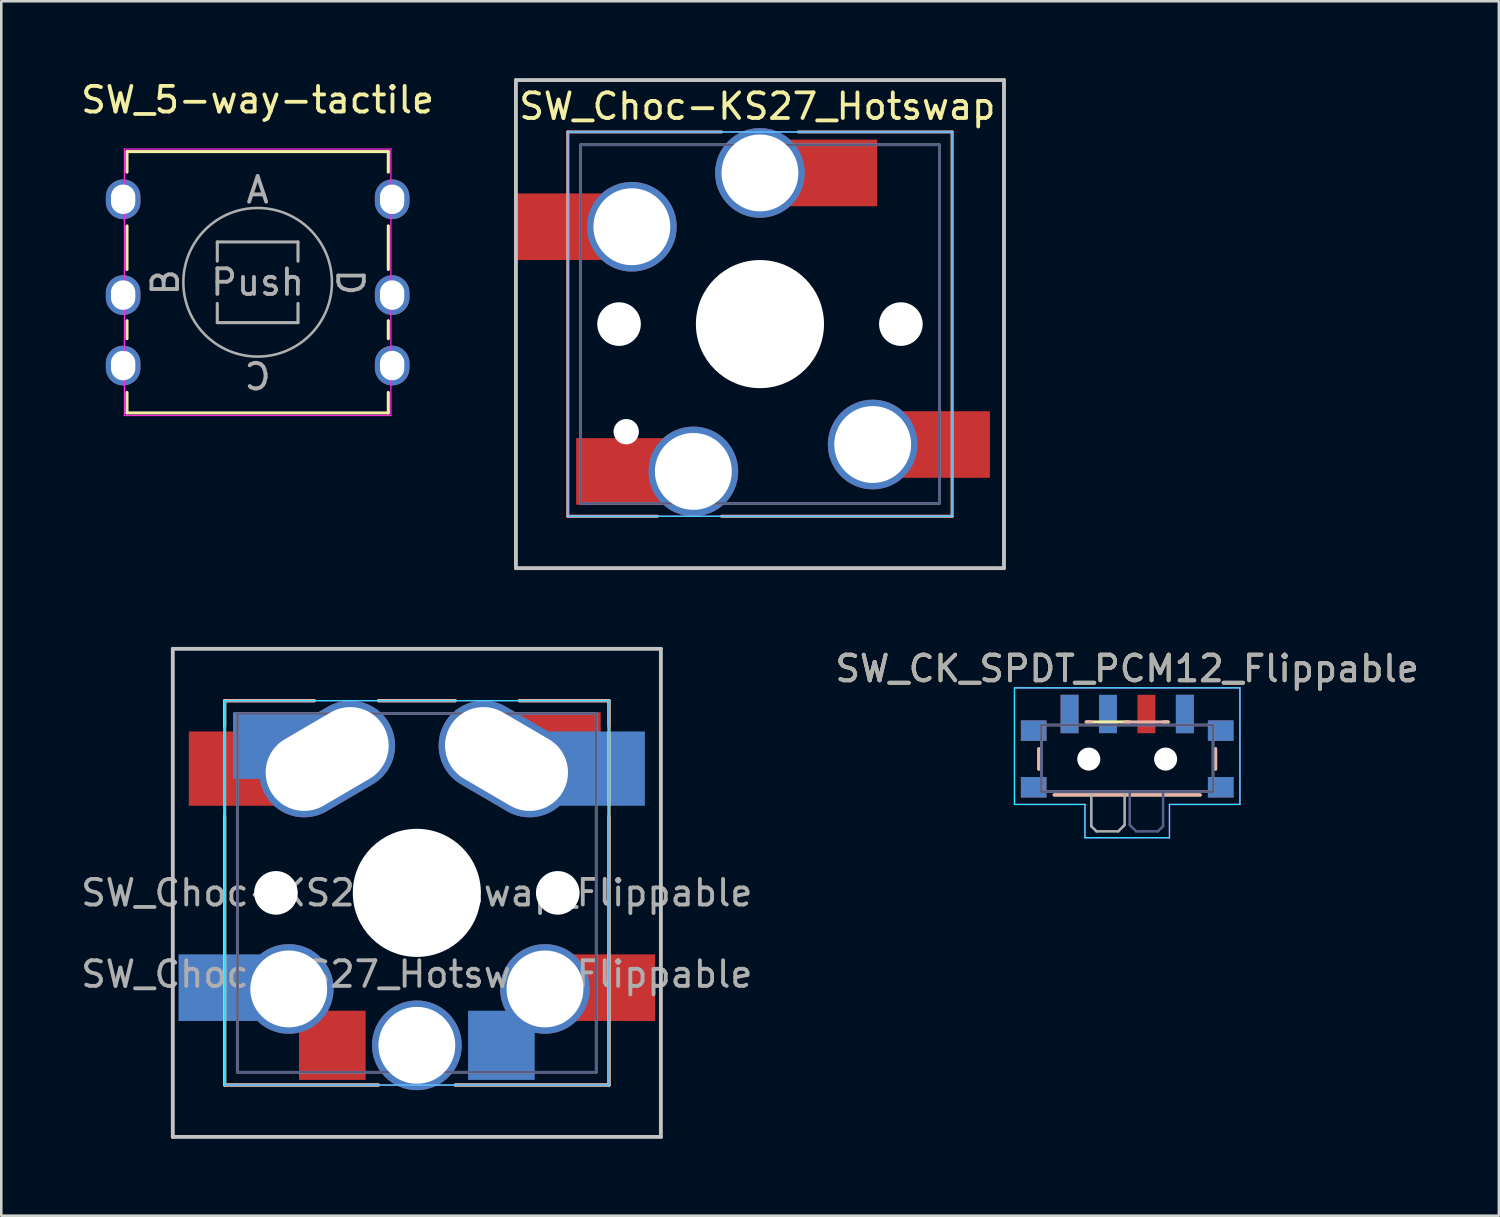
<source format=kicad_pcb>
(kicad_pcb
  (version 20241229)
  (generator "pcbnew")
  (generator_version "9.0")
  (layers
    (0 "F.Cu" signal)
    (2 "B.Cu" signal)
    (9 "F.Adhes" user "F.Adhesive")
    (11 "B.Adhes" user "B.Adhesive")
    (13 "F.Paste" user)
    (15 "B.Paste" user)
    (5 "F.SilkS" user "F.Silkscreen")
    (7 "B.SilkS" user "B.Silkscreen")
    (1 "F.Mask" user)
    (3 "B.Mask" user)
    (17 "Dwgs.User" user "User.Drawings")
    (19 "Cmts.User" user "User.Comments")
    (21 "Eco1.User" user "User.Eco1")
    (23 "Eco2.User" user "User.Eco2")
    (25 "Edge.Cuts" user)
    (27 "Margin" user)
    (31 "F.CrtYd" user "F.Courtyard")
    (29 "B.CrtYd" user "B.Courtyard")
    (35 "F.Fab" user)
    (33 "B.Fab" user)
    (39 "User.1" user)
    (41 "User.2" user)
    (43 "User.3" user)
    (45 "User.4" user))
  (footprint "SW_5-way-tactile"
    (layer "F.Cu")
    (at 7.006 7.968)
    (property "Reference" "SW_5-way-tactile" (at 0 -7.12 0) (layer "F.SilkS") (effects (font (size 1 1) (thickness 0.15))))
    (attr through_hole)
    (fp_line (start -5.1 -5.1) (end 5.1 -5.1) (stroke (width 0.12) (type solid)) (layer "F.SilkS"))
    (fp_line (start -5.1 -4.3) (end -5.1 -5.1) (stroke (width 0.12) (type solid)) (layer "F.SilkS"))
    (fp_line (start -5.1 -2.2) (end -5.1 -0.5) (stroke (width 0.12) (type solid)) (layer "F.SilkS"))
    (fp_line (start -5.1 1.5) (end -5.1 2.2) (stroke (width 0.12) (type solid)) (layer "F.SilkS"))
    (fp_line (start -5.1 4.3) (end -5.1 5.1) (stroke (width 0.12) (type solid)) (layer "F.SilkS"))
    (fp_line (start 5.1 -4.3) (end 5.1 -5.1) (stroke (width 0.12) (type solid)) (layer "F.SilkS"))
    (fp_line (start 5.1 -2.2) (end 5.1 -0.5) (stroke (width 0.12) (type solid)) (layer "F.SilkS"))
    (fp_line (start 5.1 1.5) (end 5.1 2.2) (stroke (width 0.12) (type solid)) (layer "F.SilkS"))
    (fp_line (start 5.1 4.3) (end 5.1 5.1) (stroke (width 0.12) (type solid)) (layer "F.SilkS"))
    (fp_line (start 5.1 5.1) (end -5.1 5.1) (stroke (width 0.12) (type solid)) (layer "F.SilkS"))
    (fp_line (start -5.2 -5.2) (end -5.2 5.2) (stroke (width 0.05) (type default)) (layer "F.CrtYd"))
    (fp_line (start -5.2 5.2) (end 5.2 5.2) (stroke (width 0.05) (type default)) (layer "F.CrtYd"))
    (fp_line (start 5.2 -5.2) (end -5.2 -5.2) (stroke (width 0.05) (type default)) (layer "F.CrtYd"))
    (fp_line (start 5.2 5.2) (end 5.2 -5.2) (stroke (width 0.05) (type default)) (layer "F.CrtYd"))
    (fp_line (start -1.575 -1.575) (end -1.575 -0.825) (stroke (width 0.12) (type solid)) (layer "F.Fab"))
    (fp_line (start -1.575 -1.575) (end 1.575 -1.575) (stroke (width 0.12) (type solid)) (layer "F.Fab"))
    (fp_line (start -1.575 0.825) (end -1.575 1.575) (stroke (width 0.12) (type solid)) (layer "F.Fab"))
    (fp_line (start 1.575 -1.575) (end 1.575 -0.825) (stroke (width 0.12) (type solid)) (layer "F.Fab"))
    (fp_line (start 1.575 0.825) (end 1.575 1.575) (stroke (width 0.12) (type solid)) (layer "F.Fab"))
    (fp_line (start 1.575 1.575) (end -1.575 1.575) (stroke (width 0.12) (type solid)) (layer "F.Fab"))
    (fp_circle (center 0 0) (end 2.9 0) (stroke (width 0.1) (type solid)) (fill no) (layer "F.Fab"))
    (fp_text user "Push" (at 0 0 180) (layer "F.Fab") (effects (font (size 1 1) (thickness 0.15))))
    (fp_text user "B" (at -3.6 0 90) (unlocked yes) (layer "F.Fab") (effects (font (size 1 1) (thickness 0.15))))
    (fp_text user "C" (at 0 3.6 180) (unlocked yes) (layer "F.Fab") (effects (font (size 1 1) (thickness 0.15))))
    (fp_text user "A" (at 0 -3.6 0) (unlocked yes) (layer "F.Fab") (effects (font (size 1 1) (thickness 0.15))))
    (fp_text user "D" (at 3.6 0 270) (unlocked yes) (layer "F.Fab") (effects (font (size 1 1) (thickness 0.15))))
    (pad "1" thru_hole oval (at -5.25 -3.24 180) (size 1.35 1.55) (drill oval 0.95 1.15) (layers "*.Cu" "*.Mask"))
    (pad "2" thru_hole oval (at -5.25 0.5 180) (size 1.35 1.55) (drill oval 0.95 1.15) (layers "*.Cu" "*.Mask"))
    (pad "3" thru_hole oval (at -5.25 3.25 180) (size 1.35 1.55) (drill oval 0.95 1.15) (layers "*.Cu" "*.Mask"))
    (pad "4" thru_hole oval (at 5.25 3.25 180) (size 1.35 1.55) (drill oval 0.95 1.15) (layers "*.Cu" "*.Mask"))
    (pad "5" thru_hole oval (at 5.25 0.5 180) (size 1.35 1.55) (drill oval 0.95 1.15) (layers "*.Cu" "*.Mask"))
    (pad "6" thru_hole oval (at 5.25 -3.24 180) (size 1.35 1.55) (drill oval 0.95 1.15) (layers "*.Cu" "*.Mask")))
  (footprint "SW_Choc-KS27_Hotswap_Flippable"
    (layer "F.Cu")
    (at 13.22 31.8)
    (property "Reference" "SW_Choc-KS27_Hotswap_Flippable" (at 0 3.175 0) (layer "F.Fab") (effects (font (size 1 1) (thickness 0.15))))
    (attr smd)
    (fp_line (start -7.5 -7.5) (end -7.5 -6.5) (stroke (width 0.12) (type solid)) (layer "F.SilkS"))
    (fp_line (start -7.5 -3) (end -7.5 7.5) (stroke (width 0.12) (type solid)) (layer "F.SilkS"))
    (fp_line (start -7.5 7.5) (end -1.5 7.5) (stroke (width 0.12) (type default)) (layer "F.SilkS"))
    (fp_line (start -4 -7.5) (end -7.5 -7.5) (stroke (width 0.12) (type solid)) (layer "F.SilkS"))
    (fp_line (start 1.5 -7.5) (end -1.5 -7.5) (stroke (width 0.12) (type solid)) (layer "F.SilkS"))
    (fp_line (start 1.5 7.5) (end 7.5 7.5) (stroke (width 0.12) (type default)) (layer "F.SilkS"))
    (fp_line (start 7.5 -7.5) (end 4 -7.5) (stroke (width 0.12) (type solid)) (layer "F.SilkS"))
    (fp_line (start 7.5 7.5) (end 7.5 -7.5) (stroke (width 0.12) (type default)) (layer "F.SilkS"))
    (fp_line (start -7.5 -7.5) (end -4 -7.5) (stroke (width 0.12) (type solid)) (layer "B.SilkS"))
    (fp_line (start -7.5 7.5) (end -7.5 -7.5) (stroke (width 0.12) (type default)) (layer "B.SilkS"))
    (fp_line (start -1.5 -7.5) (end 1.5 -7.5) (stroke (width 0.12) (type solid)) (layer "B.SilkS"))
    (fp_line (start -1.5 7.5) (end -7.5 7.5) (stroke (width 0.12) (type default)) (layer "B.SilkS"))
    (fp_line (start 4 -7.5) (end 7.5 -7.5) (stroke (width 0.12) (type solid)) (layer "B.SilkS"))
    (fp_line (start 7.5 -7.5) (end 7.5 -6.5) (stroke (width 0.12) (type solid)) (layer "B.SilkS"))
    (fp_line (start 7.5 -3) (end 7.5 7.5) (stroke (width 0.12) (type solid)) (layer "B.SilkS"))
    (fp_line (start 7.5 7.5) (end 1.5 7.5) (stroke (width 0.12) (type default)) (layer "B.SilkS"))
    (fp_line (start -9.525 -9.525) (end -9.525 9.525) (stroke (width 0.15) (type solid)) (layer "Dwgs.User"))
    (fp_line (start -9.525 9.525) (end 9.525 9.525) (stroke (width 0.15) (type solid)) (layer "Dwgs.User"))
    (fp_line (start 9.525 -9.525) (end -9.525 -9.525) (stroke (width 0.15) (type solid)) (layer "Dwgs.User"))
    (fp_line (start 9.525 9.525) (end 9.525 -9.525) (stroke (width 0.15) (type solid)) (layer "Dwgs.User"))
    (fp_line (start -7.5 -7.5) (end -7.5 7.5) (stroke (width 0.05) (type default)) (layer "B.CrtYd"))
    (fp_line (start -7.5 7.5) (end 7.5 7.5) (stroke (width 0.05) (type default)) (layer "B.CrtYd"))
    (fp_line (start 7.5 -7.5) (end -7.5 -7.5) (stroke (width 0.05) (type default)) (layer "B.CrtYd"))
    (fp_line (start 7.5 7.5) (end 7.5 -7.5) (stroke (width 0.05) (type default)) (layer "B.CrtYd"))
    (fp_line (start -7.5 -7.5) (end 7.5 -7.5) (stroke (width 0.05) (type default)) (layer "F.CrtYd"))
    (fp_line (start -7.5 7.5) (end -7.5 -7.5) (stroke (width 0.05) (type default)) (layer "F.CrtYd"))
    (fp_line (start 7.5 -7.5) (end 7.5 7.5) (stroke (width 0.05) (type default)) (layer "F.CrtYd"))
    (fp_line (start 7.5 7.5) (end -7.5 7.5) (stroke (width 0.05) (type default)) (layer "F.CrtYd"))
    (fp_line (start -7 -7) (end 7 -7) (stroke (width 0.1) (type solid)) (layer "B.Fab"))
    (fp_line (start -7 7) (end -7 -7) (stroke (width 0.1) (type solid)) (layer "B.Fab"))
    (fp_line (start 7 -7) (end 7 7) (stroke (width 0.1) (type solid)) (layer "B.Fab"))
    (fp_line (start 7 7) (end -7 7) (stroke (width 0.1) (type solid)) (layer "B.Fab"))
    (fp_line (start -7 -7) (end -7 7) (stroke (width 0.1) (type solid)) (layer "F.Fab"))
    (fp_line (start -7 7) (end 7 7) (stroke (width 0.1) (type solid)) (layer "F.Fab"))
    (fp_line (start 7 -7) (end -7 -7) (stroke (width 0.1) (type solid)) (layer "F.Fab"))
    (fp_line (start 7 7) (end 7 -7) (stroke (width 0.1) (type solid)) (layer "F.Fab"))
    (fp_text user "${REFERENCE}" (at 0 0 0) (layer "F.Fab") (effects (font (size 1 1) (thickness 0.15))))
    (pad "" np_thru_hole circle (at -5.5 0) (size 1.702 1.702) (drill 1.702) (layers "*.Cu" "*.Mask"))
    (pad "" np_thru_hole circle (at 0 0) (size 5 5) (drill 5) (layers "*.Cu" "*.Mask"))
    (pad "" thru_hole circle (at 0 5.95) (size 3.5 3.5) (drill 3) (layers "*.Cu" "*.Mask"))
    (pad "" np_thru_hole circle (at 5.5 0) (size 1.702 1.702) (drill 1.702) (layers "*.Cu" "*.Mask"))
    (pad "1" smd rect (at 3.3 5.95) (size 2.6 2.7) (layers "B.Cu" "B.Mask"))
    (pad "1" thru_hole oval (at 3.5 -5.225 329.7) (size 5.584 3.5) (drill oval 5.084 3) (layers "*.Cu" "*.Mask"))
    (pad "1" thru_hole circle (at 5 3.75) (size 3.5 3.5) (drill 3) (layers "*.Cu" "*.Mask"))
    (pad "1" smd rect (at 5.487 -5.75 180) (size 3.375 2.6) (layers "F.Cu" "F.Mask"))
    (pad "1" smd rect (at 7.05 -4.85 180) (size 3.7 2.9) (layers "B.Cu" "B.Mask"))
    (pad "1" smd rect (at 7.7 3.7) (size 3.2 2.6) (layers "F.Cu" "F.Mask"))
    (pad "2" smd rect (at -7.7 3.7) (size 3.2 2.6) (layers "B.Cu" "B.Mask"))
    (pad "2" smd rect (at -7.05 -4.85 180) (size 3.7 2.9) (layers "F.Cu" "F.Mask"))
    (pad "2" smd rect (at -5.487 -5.75 180) (size 3.375 2.6) (layers "B.Cu" "B.Mask"))
    (pad "2" thru_hole circle (at -5 3.75) (size 3.5 3.5) (drill 3) (layers "*.Cu" "*.Mask"))
    (pad "2" thru_hole oval (at -3.5 -5.225 30.3) (size 5.584 3.5) (drill oval 5.084 3) (layers "*.Cu" "*.Mask"))
    (pad "2" smd rect (at -3.3 5.95) (size 2.6 2.7) (layers "F.Cu" "F.Mask")))
  (footprint "SW_Choc-KS27_Hotswap"
    (layer "F.Cu")
    (at 26.612 9.6)
    (property "Reference" "SW_Choc-KS27_Hotswap" (at -0.1 -8.5 0) (unlocked yes) (layer "F.SilkS") (effects (font (size 1 1) (thickness 0.15))))
    (attr through_hole)
    (fp_line (start -7.5 -7.5) (end -1.5 -7.5) (stroke (width 0.12) (type solid)) (layer "B.SilkS"))
    (fp_line (start -7.5 7.5) (end -7.5 -7.5) (stroke (width 0.12) (type default)) (layer "B.SilkS"))
    (fp_line (start -4 7.5) (end -7.5 7.5) (stroke (width 0.12) (type default)) (layer "B.SilkS"))
    (fp_line (start 1.5 -7.5) (end 7.5 -7.5) (stroke (width 0.12) (type solid)) (layer "B.SilkS"))
    (fp_line (start 7.5 -7.5) (end 7.5 7.5) (stroke (width 0.12) (type solid)) (layer "B.SilkS"))
    (fp_line (start 7.5 7.5) (end -1.5 7.5) (stroke (width 0.12) (type default)) (layer "B.SilkS"))
    (fp_line (start -9.525 -9.525) (end 9.525 -9.525) (stroke (width 0.15) (type solid)) (layer "Dwgs.User"))
    (fp_line (start -9.525 9.525) (end -9.525 -9.525) (stroke (width 0.15) (type solid)) (layer "Dwgs.User"))
    (fp_line (start 9.525 -9.525) (end 9.525 9.525) (stroke (width 0.15) (type solid)) (layer "Dwgs.User"))
    (fp_line (start 9.525 9.525) (end -9.525 9.525) (stroke (width 0.15) (type solid)) (layer "Dwgs.User"))
    (fp_line (start -7.5 -7.5) (end -7.5 7.5) (stroke (width 0.05) (type default)) (layer "B.CrtYd"))
    (fp_line (start -7.5 7.5) (end 7.5 7.5) (stroke (width 0.05) (type default)) (layer "B.CrtYd"))
    (fp_line (start 7.5 -7.5) (end -7.5 -7.5) (stroke (width 0.05) (type default)) (layer "B.CrtYd"))
    (fp_line (start 7.5 7.5) (end 7.5 -7.5) (stroke (width 0.05) (type default)) (layer "B.CrtYd"))
    (fp_line (start -7.5 -7.5) (end 7.5 -7.5) (stroke (width 0.05) (type default)) (layer "F.CrtYd"))
    (fp_line (start -7.5 7.5) (end -7.5 -7.5) (stroke (width 0.05) (type default)) (layer "F.CrtYd"))
    (fp_line (start 7.5 -7.5) (end 7.5 7.5) (stroke (width 0.05) (type default)) (layer "F.CrtYd"))
    (fp_line (start 7.5 7.5) (end -7.5 7.5) (stroke (width 0.05) (type default)) (layer "F.CrtYd"))
    (fp_line (start -7 -7) (end 7 -7) (stroke (width 0.1) (type solid)) (layer "B.Fab"))
    (fp_line (start -7 7) (end -7 -7) (stroke (width 0.1) (type solid)) (layer "B.Fab"))
    (fp_line (start 7 -7) (end 7 7) (stroke (width 0.1) (type solid)) (layer "B.Fab"))
    (fp_line (start 7 7) (end -7 7) (stroke (width 0.1) (type solid)) (layer "B.Fab"))
    (fp_line (start -7 -7) (end -7 7) (stroke (width 0.1) (type solid)) (layer "F.Fab"))
    (fp_line (start -7 7) (end 7 7) (stroke (width 0.1) (type solid)) (layer "F.Fab"))
    (fp_line (start 7 -7) (end -7 -7) (stroke (width 0.1) (type solid)) (layer "F.Fab"))
    (fp_line (start 7 7) (end 7 -7) (stroke (width 0.1) (type solid)) (layer "F.Fab"))
    (pad "" np_thru_hole circle (at -5.5 0 180) (size 1.702 1.702) (drill 1.702) (layers "*.Cu" "*.Mask"))
    (pad "" np_thru_hole circle (at -5.22 4.2 180) (size 0.991 0.991) (drill 0.991) (layers "*.Cu" "*.Mask"))
    (pad "" np_thru_hole circle (at 0 0) (size 5 5) (drill 5) (layers "*.Cu" "*.Mask"))
    (pad "" np_thru_hole circle (at 5.22 4.2 180) (size 0.991 0.991) (drill 0.991) (layers "*.Cu" "*.Mask"))
    (pad "" np_thru_hole circle (at 5.5 0 180) (size 1.702 1.702) (drill 1.702) (layers "*.Cu" "*.Mask"))
    (pad "1" smd rect (at -7.537 -3.8 180) (size 4.075 2.6) (layers "F.Cu" "F.Mask" "F.Paste"))
    (pad "1" thru_hole circle (at -5 -3.8 180) (size 3.5 3.5) (drill 3) (layers "*.Cu" "*.Mask"))
    (pad "1" thru_hole circle (at 4.4 4.7 180) (size 3.5 3.5) (drill 3) (layers "*.Cu" "*.Mask"))
    (pad "1" smd rect (at 6.987 4.7) (size 3.975 2.6) (layers "F.Cu" "F.Mask" "F.Paste"))
    (pad "2" smd rect (at -5.088 5.75) (size 4.175 2.6) (layers "F.Cu" "F.Mask" "F.Paste"))
    (pad "2" thru_hole circle (at -2.6 5.75 180) (size 3.5 3.5) (drill 3) (layers "*.Cu" "*.Mask"))
    (pad "2" thru_hole circle (at 0 -5.9 180) (size 3.5 3.5) (drill 3) (layers "*.Cu" "*.Mask"))
    (pad "2" smd rect (at 2.538 -5.9 180) (size 4.075 2.6) (layers "F.Cu" "F.Mask" "F.Paste")))
  (footprint "SW_CK_SPDT_PCM12_Flippable"
    (layer "F.Cu")
    (at 40.946 26.248)
    (property "Reference" "SW_CK_SPDT_PCM12_Flippable" (at 0 -3.2 0) (layer "F.SilkS") (effects (font (size 1 1) (thickness 0.15))))
    (attr smd)
    (fp_line (start -3.45 -0.07) (end -3.45 0.72) (stroke (width 0.12) (type solid)) (layer "F.SilkS"))
    (fp_line (start -2.85 1.73) (end 2.85 1.73) (stroke (width 0.12) (type solid)) (layer "F.SilkS"))
    (fp_line (start -1.6 -1.12) (end 0.1 -1.12) (stroke (width 0.12) (type solid)) (layer "F.SilkS"))
    (fp_line (start 1.4 -1.12) (end 1.6 -1.12) (stroke (width 0.12) (type solid)) (layer "F.SilkS"))
    (fp_line (start 3.45 0.72) (end 3.45 -0.07) (stroke (width 0.12) (type solid)) (layer "F.SilkS"))
    (fp_line (start -3.45 0.72) (end -3.45 -0.07) (stroke (width 0.12) (type solid)) (layer "B.SilkS"))
    (fp_line (start -1.4 -1.12) (end -1.6 -1.12) (stroke (width 0.12) (type solid)) (layer "B.SilkS"))
    (fp_line (start 1.6 -1.12) (end -0.1 -1.12) (stroke (width 0.12) (type solid)) (layer "B.SilkS"))
    (fp_line (start 2.85 1.73) (end -2.85 1.73) (stroke (width 0.12) (type solid)) (layer "B.SilkS"))
    (fp_line (start 3.45 -0.07) (end 3.45 0.72) (stroke (width 0.12) (type solid)) (layer "B.SilkS"))
    (fp_line (start -4.4 -2.45) (end -4.4 2.1) (stroke (width 0.05) (type solid)) (layer "B.CrtYd"))
    (fp_line (start -4.4 2.1) (end -1.65 2.1) (stroke (width 0.05) (type solid)) (layer "B.CrtYd"))
    (fp_line (start -1.65 2.1) (end -1.65 3.4) (stroke (width 0.05) (type solid)) (layer "B.CrtYd"))
    (fp_line (start -1.65 3.4) (end 1.65 3.4) (stroke (width 0.05) (type solid)) (layer "B.CrtYd"))
    (fp_line (start 1.65 2.1) (end 4.4 2.1) (stroke (width 0.05) (type solid)) (layer "B.CrtYd"))
    (fp_line (start 1.65 3.4) (end 1.65 2.1) (stroke (width 0.05) (type solid)) (layer "B.CrtYd"))
    (fp_line (start 4.4 -2.45) (end -4.4 -2.45) (stroke (width 0.05) (type solid)) (layer "B.CrtYd"))
    (fp_line (start 4.4 2.1) (end 4.4 -2.45) (stroke (width 0.05) (type solid)) (layer "B.CrtYd"))
    (fp_line (start -4.4 -2.45) (end 4.4 -2.45) (stroke (width 0.05) (type solid)) (layer "F.CrtYd"))
    (fp_line (start -4.4 2.1) (end -4.4 -2.45) (stroke (width 0.05) (type solid)) (layer "F.CrtYd"))
    (fp_line (start -1.65 2.1) (end -4.4 2.1) (stroke (width 0.05) (type solid)) (layer "F.CrtYd"))
    (fp_line (start -1.65 3.4) (end -1.65 2.1) (stroke (width 0.05) (type solid)) (layer "F.CrtYd"))
    (fp_line (start 1.65 2.1) (end 1.65 3.4) (stroke (width 0.05) (type solid)) (layer "F.CrtYd"))
    (fp_line (start 1.65 3.4) (end -1.65 3.4) (stroke (width 0.05) (type solid)) (layer "F.CrtYd"))
    (fp_line (start 4.4 -2.45) (end 4.4 2.1) (stroke (width 0.05) (type solid)) (layer "F.CrtYd"))
    (fp_line (start 4.4 2.1) (end 1.65 2.1) (stroke (width 0.05) (type solid)) (layer "F.CrtYd"))
    (fp_line (start -3.35 -1) (end 3.35 -1) (stroke (width 0.1) (type solid)) (layer "B.Fab"))
    (fp_line (start -3.35 1.6) (end -3.35 -1) (stroke (width 0.1) (type solid)) (layer "B.Fab"))
    (fp_line (start 0.1 2.9) (end 0.1 1.6) (stroke (width 0.1) (type solid)) (layer "B.Fab"))
    (fp_line (start 0.15 2.95) (end 0.1 2.9) (stroke (width 0.1) (type solid)) (layer "B.Fab"))
    (fp_line (start 0.35 3.15) (end 0.15 2.95) (stroke (width 0.1) (type solid)) (layer "B.Fab"))
    (fp_line (start 1.2 3.15) (end 0.35 3.15) (stroke (width 0.1) (type solid)) (layer "B.Fab"))
    (fp_line (start 1.4 1.65) (end 1.4 2.95) (stroke (width 0.1) (type solid)) (layer "B.Fab"))
    (fp_line (start 1.4 2.95) (end 1.2 3.15) (stroke (width 0.1) (type solid)) (layer "B.Fab"))
    (fp_line (start 3.35 -1) (end 3.35 1.6) (stroke (width 0.1) (type solid)) (layer "B.Fab"))
    (fp_line (start 3.35 1.6) (end -3.35 1.6) (stroke (width 0.1) (type solid)) (layer "B.Fab"))
    (fp_line (start -3.35 -1) (end -3.35 1.6) (stroke (width 0.1) (type solid)) (layer "F.Fab"))
    (fp_line (start -3.35 1.6) (end 3.35 1.6) (stroke (width 0.1) (type solid)) (layer "F.Fab"))
    (fp_line (start -1.4 1.65) (end -1.4 2.95) (stroke (width 0.1) (type solid)) (layer "F.Fab"))
    (fp_line (start -1.4 2.95) (end -1.2 3.15) (stroke (width 0.1) (type solid)) (layer "F.Fab"))
    (fp_line (start -1.2 3.15) (end -0.35 3.15) (stroke (width 0.1) (type solid)) (layer "F.Fab"))
    (fp_line (start -0.35 3.15) (end -0.15 2.95) (stroke (width 0.1) (type solid)) (layer "F.Fab"))
    (fp_line (start -0.15 2.95) (end -0.1 2.9) (stroke (width 0.1) (type solid)) (layer "F.Fab"))
    (fp_line (start -0.1 2.9) (end -0.1 1.6) (stroke (width 0.1) (type solid)) (layer "F.Fab"))
    (fp_line (start 3.35 -1) (end -3.35 -1) (stroke (width 0.1) (type solid)) (layer "F.Fab"))
    (fp_line (start 3.35 1.6) (end 3.35 -1) (stroke (width 0.1) (type solid)) (layer "F.Fab"))
    (fp_text user "${REFERENCE}" (at 0 -3.2 0) (layer "F.Fab") (effects (font (size 1 1) (thickness 0.15))))
    (pad "" smd rect (at -3.65 -0.78) (size 1 0.8) (layers "F.Cu" "F.Mask" "F.Paste"))
    (pad "" smd rect (at -3.65 1.43) (size 1 0.8) (layers "F.Cu" "F.Mask" "F.Paste"))
    (pad "" smd rect (at -3.65 1.43) (size 1 0.8) (layers "B.Cu" "B.Mask" "B.Paste"))
    (pad "" np_thru_hole circle (at -1.5 0.33) (size 0.9 0.9) (drill 0.9) (layers "*.Cu" "*.Mask"))
    (pad "" np_thru_hole circle (at 1.5 0.33) (size 0.9 0.9) (drill 0.9) (layers "*.Cu" "*.Mask"))
    (pad "" smd rect (at 3.65 -0.78) (size 1 0.8) (layers "F.Cu" "F.Mask" "F.Paste"))
    (pad "" smd rect (at 3.65 -0.78) (size 1 0.8) (layers "B.Cu" "B.Mask" "B.Paste"))
    (pad "" smd rect (at 3.65 1.43) (size 1 0.8) (layers "F.Cu" "F.Mask" "F.Paste"))
    (pad "" smd rect (at 3.65 1.43) (size 1 0.8) (layers "B.Cu" "B.Mask" "B.Paste"))
    (pad "1" smd rect (at -2.25 -1.43) (size 0.7 1.5) (layers "F.Cu" "F.Mask" "F.Paste"))
    (pad "1" smd rect (at -2.25 -1.43) (size 0.7 1.5) (layers "B.Cu" "B.Mask" "B.Paste"))
    (pad "2" smd rect (at -0.75 -1.43) (size 0.7 1.5) (layers "B.Cu" "B.Mask" "B.Paste"))
    (pad "2" smd rect (at 0.75 -1.43) (size 0.7 1.5) (layers "F.Cu" "F.Mask" "F.Paste"))
    (pad "3" smd rect (at 2.25 -1.43) (size 0.7 1.5) (layers "F.Cu" "F.Mask" "F.Paste"))
    (pad "3" smd rect (at 2.25 -1.43) (size 0.7 1.5) (layers "B.Cu" "B.Mask" "B.Paste"))
    (pad "MP" smd rect (at -3.65 -0.78) (size 1 0.8) (layers "B.Cu" "B.Mask" "B.Paste")))
  (gr_rect
    (start -3 -3)
    (end 55.452 44.4)
    (stroke (width 0.1) (type default))
    (fill no)
    (layer "Edge.Cuts")))
</source>
